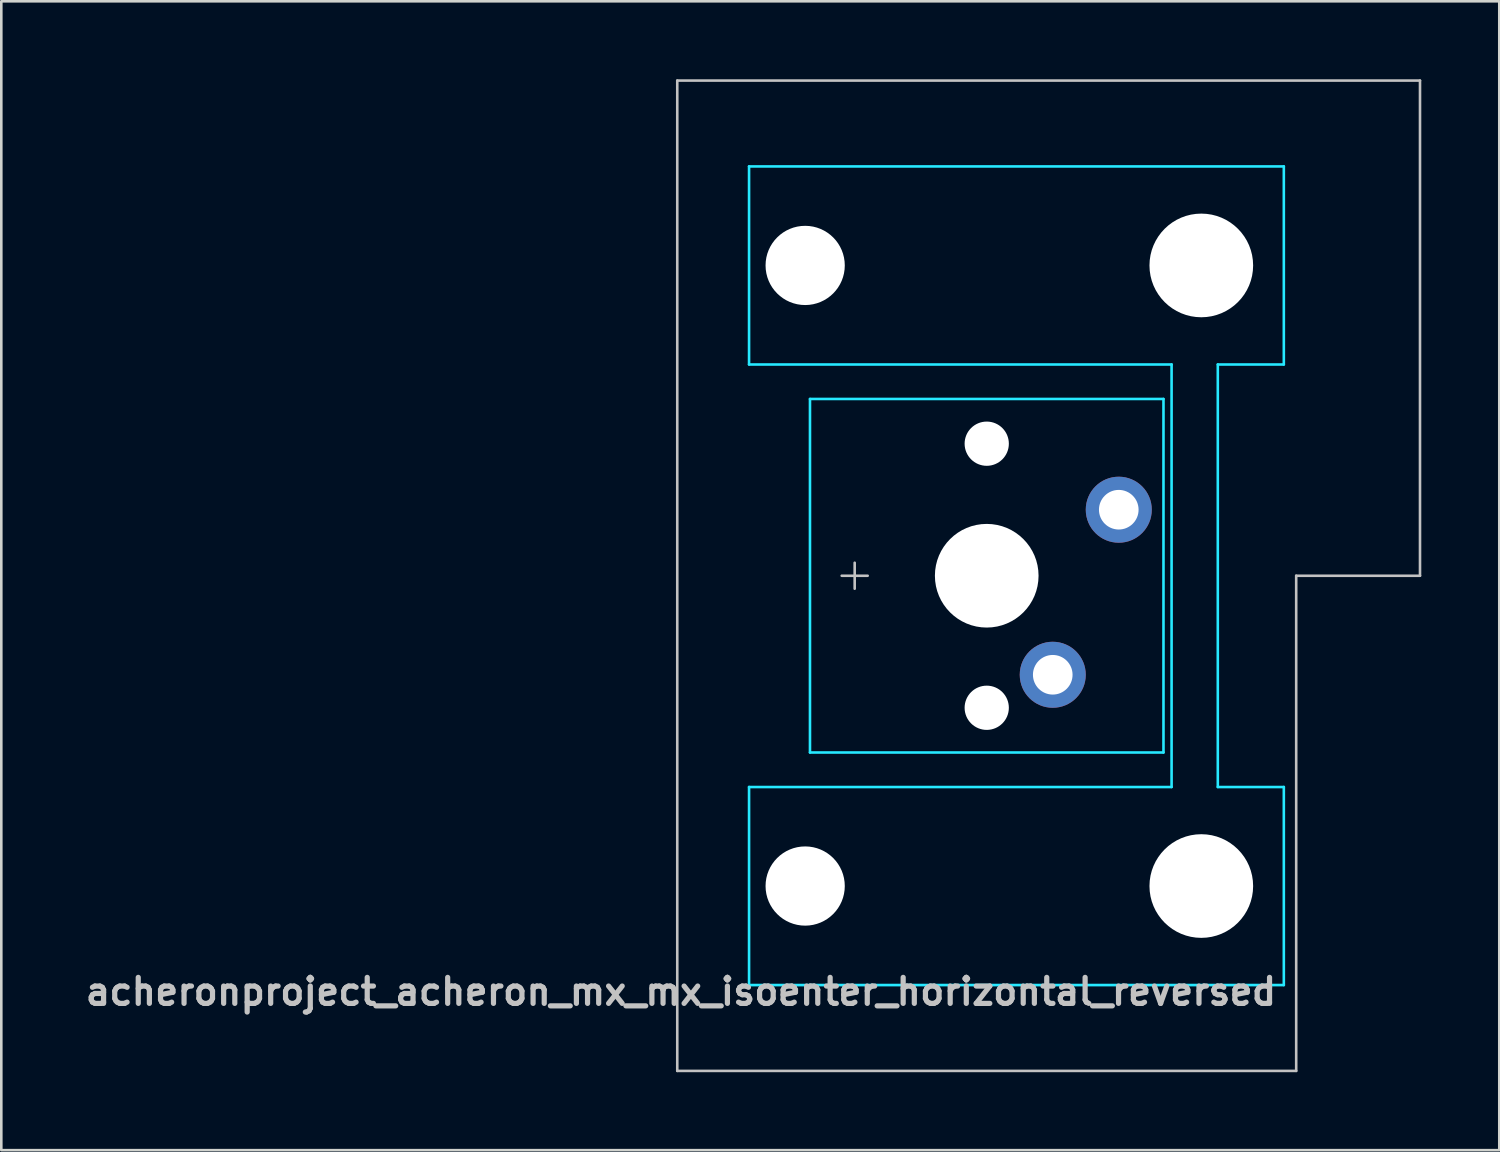
<source format=kicad_pcb>
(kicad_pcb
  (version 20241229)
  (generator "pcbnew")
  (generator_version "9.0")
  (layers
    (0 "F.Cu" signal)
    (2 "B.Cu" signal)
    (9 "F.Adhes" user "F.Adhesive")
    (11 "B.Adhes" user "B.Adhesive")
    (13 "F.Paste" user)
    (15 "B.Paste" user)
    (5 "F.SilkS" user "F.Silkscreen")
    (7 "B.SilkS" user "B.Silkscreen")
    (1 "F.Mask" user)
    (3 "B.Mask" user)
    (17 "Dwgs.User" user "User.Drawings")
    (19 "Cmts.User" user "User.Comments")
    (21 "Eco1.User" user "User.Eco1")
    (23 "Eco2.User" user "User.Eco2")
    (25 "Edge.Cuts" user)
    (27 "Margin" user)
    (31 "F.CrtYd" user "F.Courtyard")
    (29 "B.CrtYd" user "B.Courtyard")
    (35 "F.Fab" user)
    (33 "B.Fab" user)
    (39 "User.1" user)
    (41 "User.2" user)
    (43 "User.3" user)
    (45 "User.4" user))
  (footprint "acheronproject_acheron_mx_mx_isoenter_horizontal_reversed"
    (layer "F.Cu")
    (at 34.912 19.1)
    (property "Reference" "acheronproject_acheron_mx_mx_isoenter_horizontal_reversed" (at 11.25 16 0) (layer "Dwgs.User") (effects (font (size 1 1) (thickness 0.2)) (justify right)))
    (fp_line (start -11.906 19.05) (end -11.906 -19.05) (stroke (width 0.1) (type solid)) (layer "Dwgs.User"))
    (fp_line (start -5.58 0) (end -4.58 0) (stroke (width 0.1) (type solid)) (layer "Dwgs.User"))
    (fp_line (start -5.08 0.5) (end -5.08 -0.5) (stroke (width 0.1) (type solid)) (layer "Dwgs.User"))
    (fp_line (start 11.906 19.05) (end -11.906 19.05) (stroke (width 0.1) (type solid)) (layer "Dwgs.User"))
    (fp_line (start 11.906 19.05) (end 11.906 0) (stroke (width 0.1) (type solid)) (layer "Dwgs.User"))
    (fp_line (start 16.669 -19.05) (end -11.906 -19.05) (stroke (width 0.1) (type solid)) (layer "Dwgs.User"))
    (fp_line (start 16.669 0) (end 11.906 0) (stroke (width 0.1) (type solid)) (layer "Dwgs.User"))
    (fp_line (start 16.669 0) (end 16.669 -19.05) (stroke (width 0.1) (type solid)) (layer "Dwgs.User"))
    (fp_line (start -7 -6.5) (end -7 6.5) (stroke (width 0.1) (type solid)) (layer "Eco1.User"))
    (fp_line (start -6.5 7) (end 6.5 7) (stroke (width 0.1) (type solid)) (layer "Eco1.User"))
    (fp_line (start -5.985 -8.938) (end -5.985 -14.938) (stroke (width 0.1) (type solid)) (layer "Eco1.User"))
    (fp_line (start -5.985 14.938) (end -5.985 8.938) (stroke (width 0.1) (type solid)) (layer "Eco1.User"))
    (fp_line (start -5.485 -8.438) (end 8.515 -8.438) (stroke (width 0.1) (type solid)) (layer "Eco1.User"))
    (fp_line (start -5.485 15.438) (end 8.515 15.438) (stroke (width 0.1) (type solid)) (layer "Eco1.User"))
    (fp_line (start 6.5 -7) (end -6.5 -7) (stroke (width 0.1) (type solid)) (layer "Eco1.User"))
    (fp_line (start 7 6.5) (end 7 -6.5) (stroke (width 0.1) (type solid)) (layer "Eco1.User"))
    (fp_line (start 8.515 -15.438) (end -5.485 -15.438) (stroke (width 0.1) (type solid)) (layer "Eco1.User"))
    (fp_line (start 8.515 8.438) (end -5.485 8.438) (stroke (width 0.1) (type solid)) (layer "Eco1.User"))
    (fp_line (start 9.015 -14.938) (end 9.015 -8.938) (stroke (width 0.1) (type solid)) (layer "Eco1.User"))
    (fp_line (start 9.015 8.938) (end 9.015 14.938) (stroke (width 0.1) (type solid)) (layer "Eco1.User"))
    (fp_arc (start -7 -6.5) (mid -6.853553 -6.853553) (end -6.5 -7) (stroke (width 0.1) (type solid)) (layer "Eco1.User"))
    (fp_arc (start -6.5 7) (mid -6.853553 6.853553) (end -7 6.5) (stroke (width 0.1) (type solid)) (layer "Eco1.User"))
    (fp_arc (start -5.985 -14.938) (mid -5.838553 -15.291553) (end -5.485 -15.438) (stroke (width 0.1) (type solid)) (layer "Eco1.User"))
    (fp_arc (start -5.985 8.938) (mid -5.838553 8.584447) (end -5.485 8.438) (stroke (width 0.1) (type solid)) (layer "Eco1.User"))
    (fp_arc (start -5.485 -8.438) (mid -5.838553 -8.584447) (end -5.985 -8.938) (stroke (width 0.1) (type solid)) (layer "Eco1.User"))
    (fp_arc (start -5.485 15.438) (mid -5.838553 15.291553) (end -5.985 14.938) (stroke (width 0.1) (type solid)) (layer "Eco1.User"))
    (fp_arc (start 6.5 -7) (mid 6.853553 -6.853553) (end 7 -6.5) (stroke (width 0.1) (type solid)) (layer "Eco1.User"))
    (fp_arc (start 7 6.5) (mid 6.853553 6.853553) (end 6.5 7) (stroke (width 0.1) (type solid)) (layer "Eco1.User"))
    (fp_arc (start 8.515 -15.438) (mid 8.868553 -15.291553) (end 9.015 -14.938) (stroke (width 0.1) (type solid)) (layer "Eco1.User"))
    (fp_arc (start 8.515 8.438) (mid 8.868553 8.584447) (end 9.015 8.938) (stroke (width 0.1) (type solid)) (layer "Eco1.User"))
    (fp_arc (start 9.015 -8.938) (mid 8.868553 -8.584447) (end 8.515 -8.438) (stroke (width 0.1) (type solid)) (layer "Eco1.User"))
    (fp_arc (start 9.015 14.938) (mid 8.868553 15.291553) (end 8.515 15.438) (stroke (width 0.1) (type solid)) (layer "Eco1.User"))
    (fp_line (start -9.144 -15.748) (end 11.43 -15.748) (stroke (width 0.1) (type solid)) (layer "B.CrtYd"))
    (fp_line (start -9.144 -8.128) (end -9.144 -15.748) (stroke (width 0.1) (type solid)) (layer "B.CrtYd"))
    (fp_line (start -9.144 -8.128) (end 7.112 -8.128) (stroke (width 0.1) (type solid)) (layer "B.CrtYd"))
    (fp_line (start -9.144 8.128) (end 7.112 8.128) (stroke (width 0.1) (type solid)) (layer "B.CrtYd"))
    (fp_line (start -9.144 15.748) (end -9.144 8.128) (stroke (width 0.1) (type solid)) (layer "B.CrtYd"))
    (fp_line (start -6.8 -6.8) (end 6.8 -6.8) (stroke (width 0.1) (type solid)) (layer "B.CrtYd"))
    (fp_line (start -6.8 6.8) (end -6.8 -6.8) (stroke (width 0.1) (type solid)) (layer "B.CrtYd"))
    (fp_line (start -6.8 6.8) (end 6.8 6.8) (stroke (width 0.1) (type solid)) (layer "B.CrtYd"))
    (fp_line (start 6.8 6.8) (end 6.8 -6.8) (stroke (width 0.1) (type solid)) (layer "B.CrtYd"))
    (fp_line (start 7.112 8.128) (end 7.112 -8.128) (stroke (width 0.1) (type solid)) (layer "B.CrtYd"))
    (fp_line (start 8.89 8.128) (end 8.89 -8.128) (stroke (width 0.1) (type solid)) (layer "B.CrtYd"))
    (fp_line (start 11.43 -15.748) (end 11.43 -8.128) (stroke (width 0.1) (type solid)) (layer "B.CrtYd"))
    (fp_line (start 11.43 -8.128) (end 8.89 -8.128) (stroke (width 0.1) (type solid)) (layer "B.CrtYd"))
    (fp_line (start 11.43 8.128) (end 8.89 8.128) (stroke (width 0.1) (type solid)) (layer "B.CrtYd"))
    (fp_line (start 11.43 8.128) (end 11.43 15.748) (stroke (width 0.1) (type solid)) (layer "B.CrtYd"))
    (fp_line (start 11.43 15.748) (end -9.144 15.748) (stroke (width 0.1) (type solid)) (layer "B.CrtYd"))
    (pad "" np_thru_hole circle (at -6.985 -11.938 90) (size 3.048 3.048) (drill 3.048) (layers "*.Cu" "*.Mask"))
    (pad "" np_thru_hole circle (at -6.985 11.938 90) (size 3.048 3.048) (drill 3.048) (layers "*.Cu" "*.Mask"))
    (pad "" np_thru_hole circle (at 0 -5.08 270) (size 1.702 1.702) (drill 1.702) (layers "*.Cu" "*.Mask"))
    (pad "" np_thru_hole circle (at 0 0 270) (size 3.988 3.988) (drill 3.988) (layers "*.Cu" "*.Mask"))
    (pad "" np_thru_hole circle (at 0 5.08 270) (size 1.702 1.702) (drill 1.702) (layers "*.Cu" "*.Mask"))
    (pad "" np_thru_hole circle (at 8.255 -11.938 90) (size 3.988 3.988) (drill 3.988) (layers "*.Cu" "*.Mask"))
    (pad "" np_thru_hole circle (at 8.255 11.938 90) (size 3.988 3.988) (drill 3.988) (layers "*.Cu" "*.Mask"))
    (pad "1" thru_hole circle (at 5.08 -2.54 270) (size 2.54 2.54) (drill 1.524) (layers "*.Cu" "*.Mask"))
    (pad "2" thru_hole circle (at 2.54 3.81 270) (size 2.54 2.54) (drill 1.524) (layers "*.Cu" "*.Mask")))
  (gr_rect
    (start -3 -3)
    (end 54.631 41.2)
    (stroke (width 0.1) (type default))
    (fill no)
    (layer "Edge.Cuts")))
</source>
